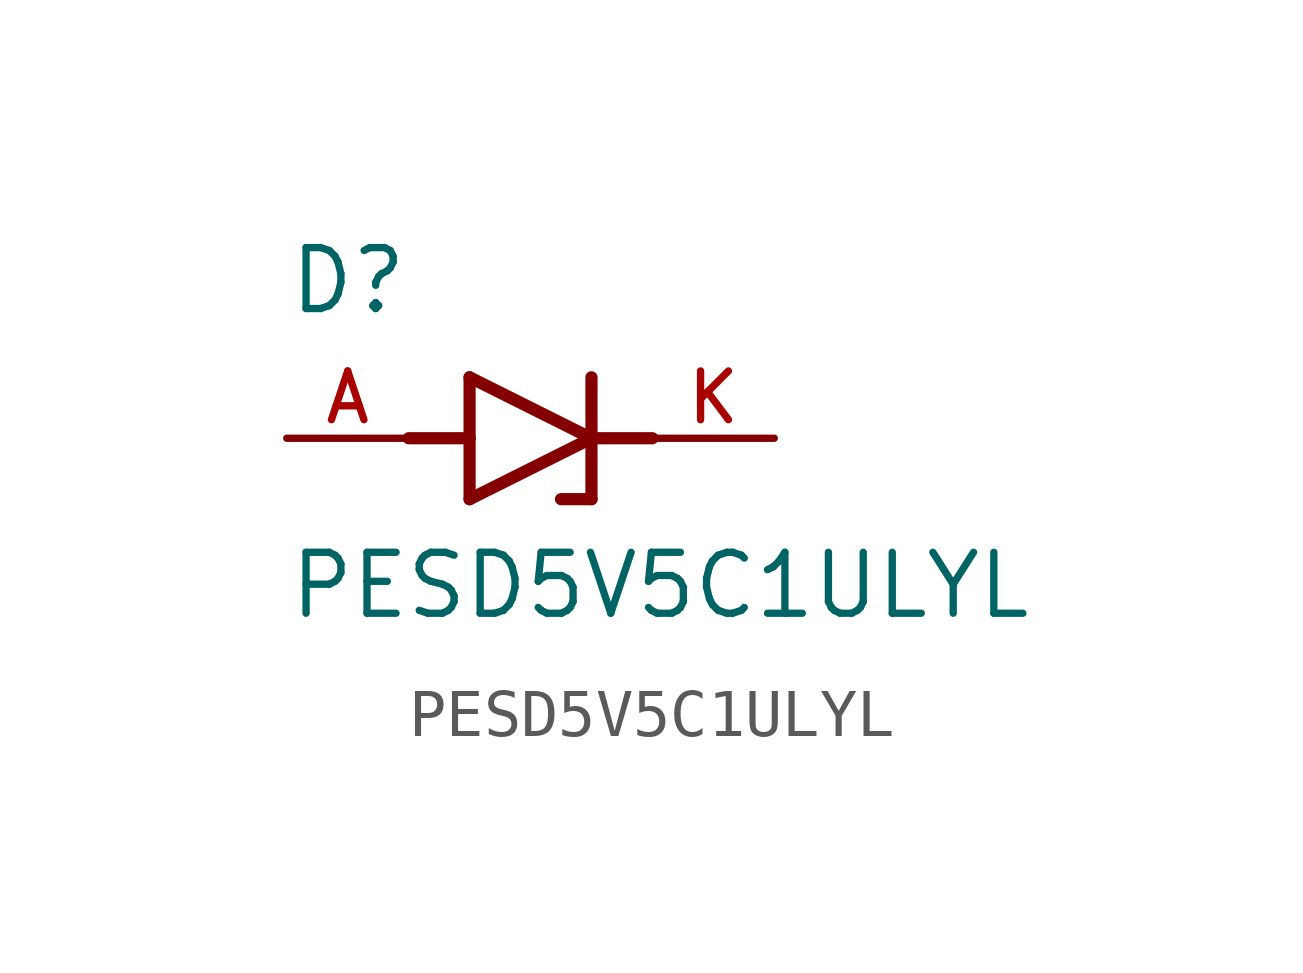
<source format=kicad_sym>
(kicad_symbol_lib
  (version 20211014)
  (generator kicad_symbol_editor)
  (symbol "PESD5V5C1ULYL"
    (pin_names
      (offset 1.016))
    (property "Reference" "D"
      (at -5.08 2.54 0)
      (effects (font (size 1.27 1.27)) (justify bottom left)))
    (property "Value" "PESD5V5C1ULYL"
      (at -5.08 -3.81 0)
      (effects (font (size 1.27 1.27)) (justify bottom left)))
    (symbol "PESD5V5C1ULYL_0_0"
      (polyline (pts (xy -1.27 -1.27) (xy 1.27 0.0)) (stroke (width 0.254)))
      (polyline (pts (xy 1.27 0.0) (xy -1.27 1.27)) (stroke (width 0.254)))
      (polyline (pts (xy 1.27 1.27) (xy 1.27 0.0)) (stroke (width 0.254)))
      (polyline (pts (xy -1.27 1.27) (xy -1.27 0.0)) (stroke (width 0.254)))
      (polyline (pts (xy -1.27 0.0) (xy -1.27 -1.27)) (stroke (width 0.254)))
      (polyline (pts (xy 1.27 0.0) (xy 1.27 -1.27)) (stroke (width 0.254)))
      (polyline (pts (xy 1.27 -1.27) (xy 0.635 -1.27)) (stroke (width 0.254)))
      (polyline (pts (xy -2.54 0.0) (xy -1.27 0.0)) (stroke (width 0.254)))
      (polyline (pts (xy 2.54 0.0) (xy 1.27 0.0)) (stroke (width 0.254)))
      (pin passive line (at 5.08 0.0 180.0) (length 2.54) (name "~" (effects (font (size 1.016 1.016)))) (number "K" (effects (font (size 1.016 1.016)))))
      (pin passive line (at -5.08 0.0 0) (length 2.54) (name "~" (effects (font (size 1.016 1.016)))) (number "A" (effects (font (size 1.016 1.016))))))))
</source>
